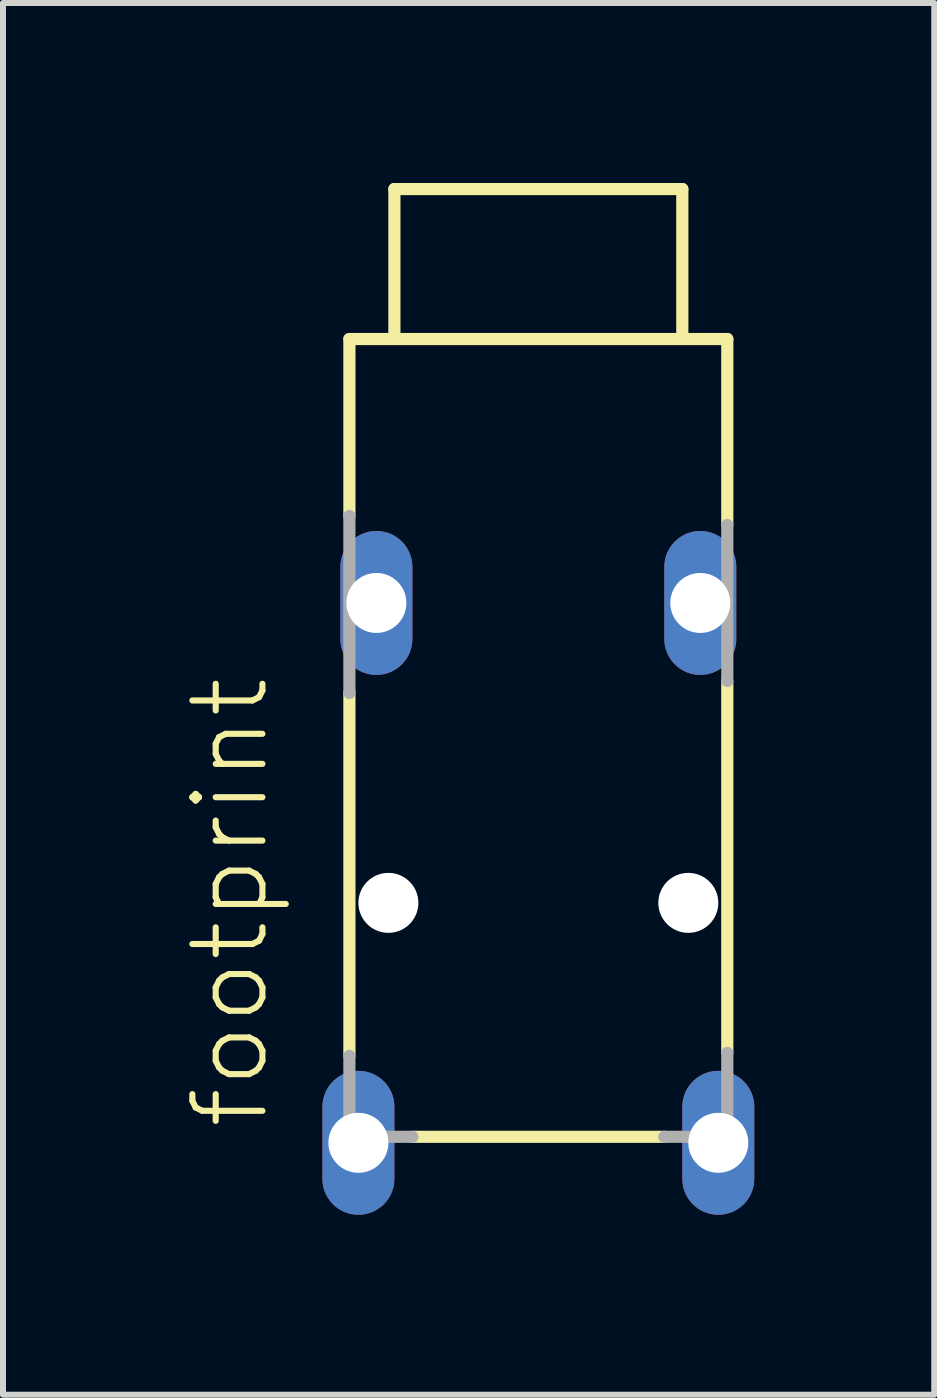
<source format=kicad_pcb>
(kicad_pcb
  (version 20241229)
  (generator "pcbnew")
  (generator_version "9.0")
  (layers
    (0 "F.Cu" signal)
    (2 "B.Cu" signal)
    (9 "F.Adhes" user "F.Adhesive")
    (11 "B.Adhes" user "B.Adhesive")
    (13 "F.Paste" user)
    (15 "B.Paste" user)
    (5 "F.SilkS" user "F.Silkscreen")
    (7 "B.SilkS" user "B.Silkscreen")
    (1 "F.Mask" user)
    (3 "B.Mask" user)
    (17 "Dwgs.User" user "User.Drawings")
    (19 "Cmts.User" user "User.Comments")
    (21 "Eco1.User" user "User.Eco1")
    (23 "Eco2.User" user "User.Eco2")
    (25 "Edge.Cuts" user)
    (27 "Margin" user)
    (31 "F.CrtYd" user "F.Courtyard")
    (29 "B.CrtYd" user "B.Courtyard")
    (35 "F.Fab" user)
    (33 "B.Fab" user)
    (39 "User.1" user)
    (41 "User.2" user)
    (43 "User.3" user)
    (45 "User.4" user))
  (footprint "footprint"
    (layer "F.Cu")
    (at 5.925 5.002)
    (property "Reference" "footprint" (at -4.452 10.812 90) (layer "F.SilkS") (effects (font (size 1.168 1.168) (thickness 0.102)) (justify left bottom)))
    (fp_line (start -3.15 -2.4) (end 3.15 -2.4) (stroke (width 0.203) (type solid)) (layer "F.SilkS"))
    (fp_line (start -3.15 0.55) (end -3.15 -2.4) (stroke (width 0.203) (type solid)) (layer "F.SilkS"))
    (fp_line (start -3.15 9.55) (end -3.15 3.5) (stroke (width 0.203) (type solid)) (layer "F.SilkS"))
    (fp_line (start -2.4 -4.9) (end 2.4 -4.9) (stroke (width 0.203) (type solid)) (layer "F.SilkS"))
    (fp_line (start -2.4 -2.5) (end -2.4 -4.9) (stroke (width 0.203) (type solid)) (layer "F.SilkS"))
    (fp_line (start 2.1 10.9) (end -2.1 10.9) (stroke (width 0.203) (type solid)) (layer "F.SilkS"))
    (fp_line (start 2.4 -2.5) (end 2.4 -4.9) (stroke (width 0.203) (type solid)) (layer "F.SilkS"))
    (fp_line (start 3.15 -2.4) (end 3.15 0.7) (stroke (width 0.203) (type solid)) (layer "F.SilkS"))
    (fp_line (start 3.15 3.3) (end 3.15 9.5) (stroke (width 0.203) (type solid)) (layer "F.SilkS"))
    (fp_line (start -3.15 3.5) (end -3.15 0.55) (stroke (width 0.203) (type solid)) (layer "F.Fab"))
    (fp_line (start -3.15 10.9) (end -3.15 9.55) (stroke (width 0.203) (type solid)) (layer "F.Fab"))
    (fp_line (start -2.1 10.9) (end -3.15 10.9) (stroke (width 0.203) (type solid)) (layer "F.Fab"))
    (fp_line (start 3.15 0.7) (end 3.15 3.3) (stroke (width 0.203) (type solid)) (layer "F.Fab"))
    (fp_line (start 3.15 9.5) (end 3.15 10.9) (stroke (width 0.203) (type solid)) (layer "F.Fab"))
    (fp_line (start 3.15 10.9) (end 2.1 10.9) (stroke (width 0.203) (type solid)) (layer "F.Fab"))
    (pad "" np_thru_hole circle (at -2.5 7) (size 1 1) (drill 1) (layers "*.Cu" "*.Mask"))
    (pad "" np_thru_hole circle (at 2.5 7) (size 1 1) (drill 1) (layers "*.Cu" "*.Mask"))
    (pad "1" thru_hole oval (at -3 11 90) (size 2.4 1.2) (drill 1) (layers "*.Cu" "*.Mask"))
    (pad "2@1" thru_hole oval (at -2.7 2 90) (size 2.4 1.2) (drill 1) (layers "*.Cu" "*.Mask"))
    (pad "2@2" thru_hole oval (at 2.7 2 90) (size 2.4 1.2) (drill 1) (layers "*.Cu" "*.Mask"))
    (pad "3" thru_hole oval (at 3 11 90) (size 2.4 1.2) (drill 1) (layers "*.Cu" "*.Mask")))
  (gr_rect
    (start -3 -3)
    (end 12.525 20.202)
    (stroke (width 0.1) (type default))
    (fill no)
    (layer "Edge.Cuts")))
</source>
